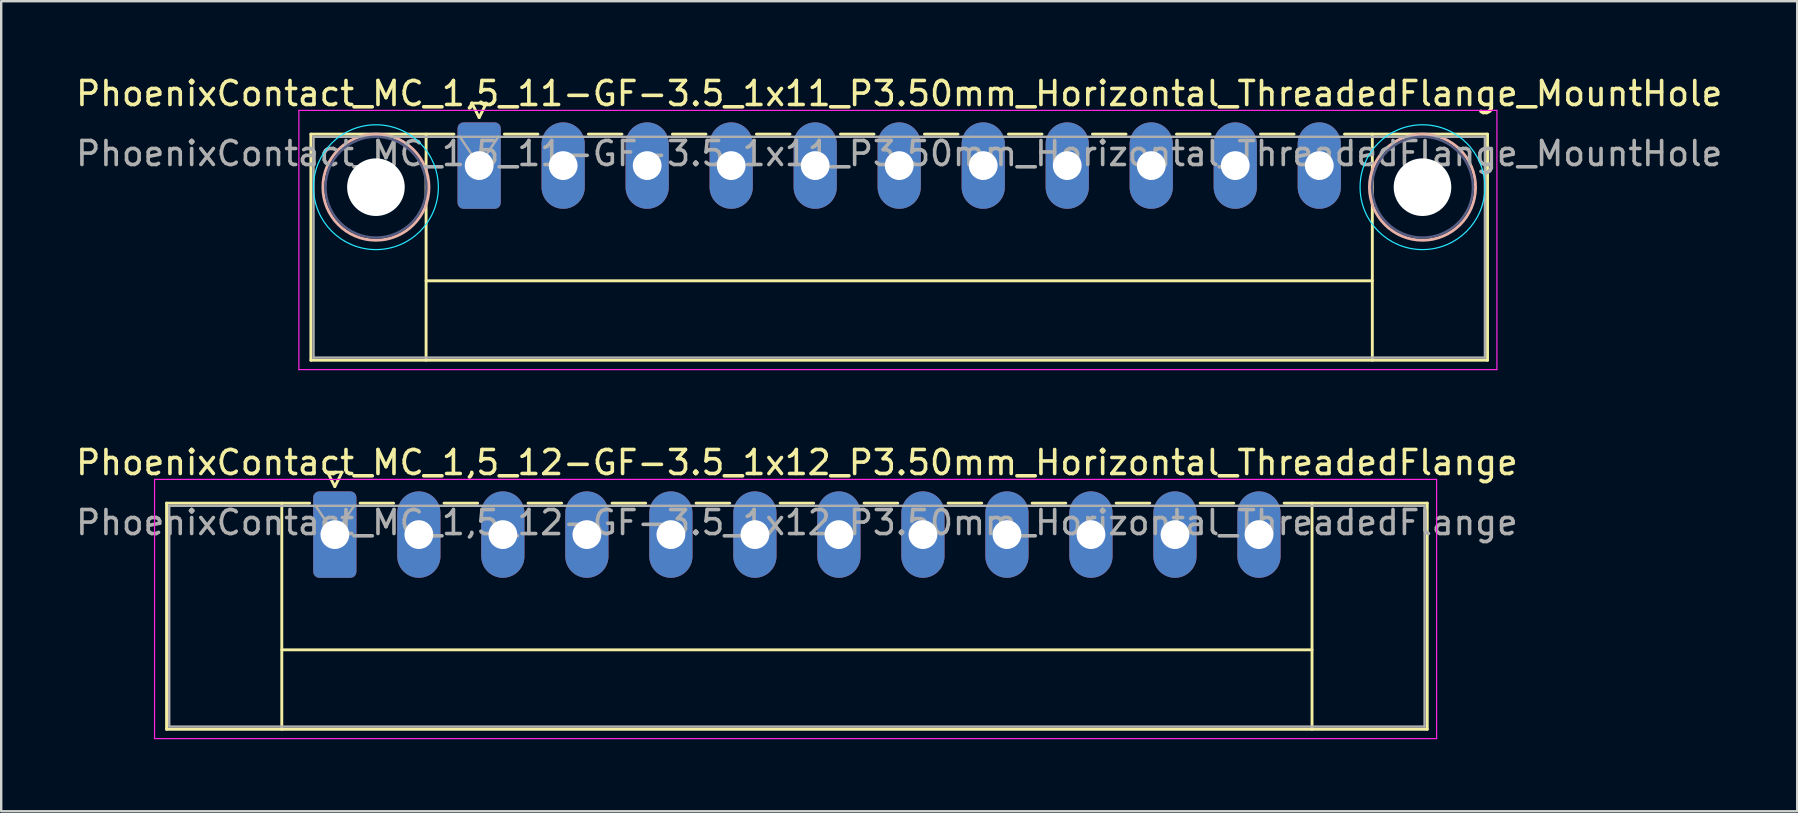
<source format=kicad_pcb>
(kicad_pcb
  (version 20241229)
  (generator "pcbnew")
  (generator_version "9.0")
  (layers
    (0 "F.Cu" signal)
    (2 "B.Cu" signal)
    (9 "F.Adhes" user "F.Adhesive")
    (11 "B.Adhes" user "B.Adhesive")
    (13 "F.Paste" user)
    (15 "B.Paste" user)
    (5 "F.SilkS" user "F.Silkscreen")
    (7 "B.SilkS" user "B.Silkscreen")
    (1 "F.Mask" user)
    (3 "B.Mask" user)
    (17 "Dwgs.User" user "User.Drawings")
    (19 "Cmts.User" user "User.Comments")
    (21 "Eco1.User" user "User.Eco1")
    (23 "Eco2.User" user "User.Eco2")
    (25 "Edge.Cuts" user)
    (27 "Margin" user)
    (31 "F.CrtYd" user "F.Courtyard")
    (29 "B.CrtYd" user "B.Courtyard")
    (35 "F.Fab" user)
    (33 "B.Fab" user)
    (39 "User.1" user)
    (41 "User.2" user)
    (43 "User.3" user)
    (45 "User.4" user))
  (footprint "PhoenixContact_MC_1,5_11-GF-3.5_1x11_P3.50mm_Horizontal_ThreadedFlange_MountHole"
    (layer "F.Cu")
    (at 16.911 3.848)
    (property "Reference" "PhoenixContact_MC_1,5_11-GF-3.5_1x11_P3.50mm_Horizontal_ThreadedFlange_MountHole" (at 17.5 -3 0) (layer "F.SilkS") (effects (font (size 1 1) (thickness 0.15))))
    (attr through_hole)
    (fp_line (start -7.01 -1.31) (end -7.01 8.11) (stroke (width 0.12) (type solid)) (layer "F.SilkS"))
    (fp_line (start -7.01 -1.31) (end -1.05 -1.31) (stroke (width 0.12) (type solid)) (layer "F.SilkS"))
    (fp_line (start -7.01 8.11) (end 42.01 8.11) (stroke (width 0.12) (type solid)) (layer "F.SilkS"))
    (fp_line (start -2.21 -1.31) (end -2.21 8.11) (stroke (width 0.12) (type solid)) (layer "F.SilkS"))
    (fp_line (start -2.21 4.8) (end 37.21 4.8) (stroke (width 0.12) (type solid)) (layer "F.SilkS"))
    (fp_line (start -0.3 -2.6) (end 0.3 -2.6) (stroke (width 0.12) (type solid)) (layer "F.SilkS"))
    (fp_line (start 0 -2) (end -0.3 -2.6) (stroke (width 0.12) (type solid)) (layer "F.SilkS"))
    (fp_line (start 0.3 -2.6) (end 0 -2) (stroke (width 0.12) (type solid)) (layer "F.SilkS"))
    (fp_line (start 1.05 -1.31) (end 2.45 -1.31) (stroke (width 0.12) (type solid)) (layer "F.SilkS"))
    (fp_line (start 4.55 -1.31) (end 5.95 -1.31) (stroke (width 0.12) (type solid)) (layer "F.SilkS"))
    (fp_line (start 8.05 -1.31) (end 9.45 -1.31) (stroke (width 0.12) (type solid)) (layer "F.SilkS"))
    (fp_line (start 11.55 -1.31) (end 12.95 -1.31) (stroke (width 0.12) (type solid)) (layer "F.SilkS"))
    (fp_line (start 15.05 -1.31) (end 16.45 -1.31) (stroke (width 0.12) (type solid)) (layer "F.SilkS"))
    (fp_line (start 18.55 -1.31) (end 19.95 -1.31) (stroke (width 0.12) (type solid)) (layer "F.SilkS"))
    (fp_line (start 22.05 -1.31) (end 23.45 -1.31) (stroke (width 0.12) (type solid)) (layer "F.SilkS"))
    (fp_line (start 25.55 -1.31) (end 26.95 -1.31) (stroke (width 0.12) (type solid)) (layer "F.SilkS"))
    (fp_line (start 29.05 -1.31) (end 30.45 -1.31) (stroke (width 0.12) (type solid)) (layer "F.SilkS"))
    (fp_line (start 32.55 -1.31) (end 33.95 -1.31) (stroke (width 0.12) (type solid)) (layer "F.SilkS"))
    (fp_line (start 37.21 -1.31) (end 37.21 8.11) (stroke (width 0.12) (type solid)) (layer "F.SilkS"))
    (fp_line (start 42.01 -1.31) (end 36.05 -1.31) (stroke (width 0.12) (type solid)) (layer "F.SilkS"))
    (fp_line (start 42.01 8.11) (end 42.01 -1.31) (stroke (width 0.12) (type solid)) (layer "F.SilkS"))
    (fp_circle (center -4.3 0.9) (end -2.09 0.9) (stroke (width 0.12) (type solid)) (fill no) (layer "B.SilkS"))
    (fp_circle (center 39.3 0.9) (end 41.51 0.9) (stroke (width 0.12) (type solid)) (fill no) (layer "B.SilkS"))
    (fp_circle (center -4.3 0.9) (end -1.7 0.9) (stroke (width 0.05) (type solid)) (fill no) (layer "B.CrtYd"))
    (fp_circle (center 39.3 0.9) (end 41.9 0.9) (stroke (width 0.05) (type solid)) (fill no) (layer "B.CrtYd"))
    (fp_line (start -7.51 -2.3) (end -7.51 8.5) (stroke (width 0.05) (type solid)) (layer "F.CrtYd"))
    (fp_line (start -7.51 8.5) (end 42.4 8.5) (stroke (width 0.05) (type solid)) (layer "F.CrtYd"))
    (fp_line (start 42.4 -2.3) (end -7.51 -2.3) (stroke (width 0.05) (type solid)) (layer "F.CrtYd"))
    (fp_line (start 42.4 8.5) (end 42.4 -2.3) (stroke (width 0.05) (type solid)) (layer "F.CrtYd"))
    (fp_circle (center -4.3 0.9) (end -2.2 0.9) (stroke (width 0.1) (type solid)) (fill no) (layer "B.Fab"))
    (fp_circle (center 39.3 0.9) (end 41.4 0.9) (stroke (width 0.1) (type solid)) (fill no) (layer "B.Fab"))
    (fp_line (start -6.9 -1.2) (end -6.9 8) (stroke (width 0.1) (type solid)) (layer "F.Fab"))
    (fp_line (start -6.9 8) (end 41.9 8) (stroke (width 0.1) (type solid)) (layer "F.Fab"))
    (fp_line (start 0 0) (end -0.8 -1.2) (stroke (width 0.1) (type solid)) (layer "F.Fab"))
    (fp_line (start 0.8 -1.2) (end 0 0) (stroke (width 0.1) (type solid)) (layer "F.Fab"))
    (fp_line (start 41.9 -1.2) (end -6.9 -1.2) (stroke (width 0.1) (type solid)) (layer "F.Fab"))
    (fp_line (start 41.9 8) (end 41.9 -1.2) (stroke (width 0.1) (type solid)) (layer "F.Fab"))
    (fp_text user "${REFERENCE}" (at 17.5 -0.5 0) (layer "F.Fab") (effects (font (size 1 1) (thickness 0.15))))
    (pad "" np_thru_hole circle (at -4.3 0.9) (size 2.4 2.4) (drill 2.4) (layers "*.Cu" "*.Mask"))
    (pad "" np_thru_hole circle (at 39.3 0.9) (size 2.4 2.4) (drill 2.4) (layers "*.Cu" "*.Mask"))
    (pad "1" thru_hole roundrect (at 0 0) (size 1.8 3.6) (drill 1.2) (layers "*.Cu" "*.Mask") (roundrect_rratio 0.139))
    (pad "2" thru_hole oval (at 3.5 0) (size 1.8 3.6) (drill 1.2) (layers "*.Cu" "*.Mask"))
    (pad "3" thru_hole oval (at 7 0) (size 1.8 3.6) (drill 1.2) (layers "*.Cu" "*.Mask"))
    (pad "4" thru_hole oval (at 10.5 0) (size 1.8 3.6) (drill 1.2) (layers "*.Cu" "*.Mask"))
    (pad "5" thru_hole oval (at 14 0) (size 1.8 3.6) (drill 1.2) (layers "*.Cu" "*.Mask"))
    (pad "6" thru_hole oval (at 17.5 0) (size 1.8 3.6) (drill 1.2) (layers "*.Cu" "*.Mask"))
    (pad "7" thru_hole oval (at 21 0) (size 1.8 3.6) (drill 1.2) (layers "*.Cu" "*.Mask"))
    (pad "8" thru_hole oval (at 24.5 0) (size 1.8 3.6) (drill 1.2) (layers "*.Cu" "*.Mask"))
    (pad "9" thru_hole oval (at 28 0) (size 1.8 3.6) (drill 1.2) (layers "*.Cu" "*.Mask"))
    (pad "10" thru_hole oval (at 31.5 0) (size 1.8 3.6) (drill 1.2) (layers "*.Cu" "*.Mask"))
    (pad "11" thru_hole oval (at 35 0) (size 1.8 3.6) (drill 1.2) (layers "*.Cu" "*.Mask")))
  (footprint "PhoenixContact_MC_1,5_12-GF-3.5_1x12_P3.50mm_Horizontal_ThreadedFlange"
    (layer "F.Cu")
    (at 10.899 19.221)
    (property "Reference" "PhoenixContact_MC_1,5_12-GF-3.5_1x12_P3.50mm_Horizontal_ThreadedFlange" (at 19.25 -3 0) (layer "F.SilkS") (effects (font (size 1 1) (thickness 0.15))))
    (attr through_hole)
    (fp_line (start -7.01 -1.31) (end -7.01 8.11) (stroke (width 0.12) (type solid)) (layer "F.SilkS"))
    (fp_line (start -7.01 -1.31) (end -1.05 -1.31) (stroke (width 0.12) (type solid)) (layer "F.SilkS"))
    (fp_line (start -7.01 8.11) (end 45.51 8.11) (stroke (width 0.12) (type solid)) (layer "F.SilkS"))
    (fp_line (start -2.21 -1.31) (end -2.21 8.11) (stroke (width 0.12) (type solid)) (layer "F.SilkS"))
    (fp_line (start -2.21 4.8) (end 40.71 4.8) (stroke (width 0.12) (type solid)) (layer "F.SilkS"))
    (fp_line (start -0.3 -2.6) (end 0.3 -2.6) (stroke (width 0.12) (type solid)) (layer "F.SilkS"))
    (fp_line (start 0 -2) (end -0.3 -2.6) (stroke (width 0.12) (type solid)) (layer "F.SilkS"))
    (fp_line (start 0.3 -2.6) (end 0 -2) (stroke (width 0.12) (type solid)) (layer "F.SilkS"))
    (fp_line (start 1.05 -1.31) (end 2.45 -1.31) (stroke (width 0.12) (type solid)) (layer "F.SilkS"))
    (fp_line (start 4.55 -1.31) (end 5.95 -1.31) (stroke (width 0.12) (type solid)) (layer "F.SilkS"))
    (fp_line (start 8.05 -1.31) (end 9.45 -1.31) (stroke (width 0.12) (type solid)) (layer "F.SilkS"))
    (fp_line (start 11.55 -1.31) (end 12.95 -1.31) (stroke (width 0.12) (type solid)) (layer "F.SilkS"))
    (fp_line (start 15.05 -1.31) (end 16.45 -1.31) (stroke (width 0.12) (type solid)) (layer "F.SilkS"))
    (fp_line (start 18.55 -1.31) (end 19.95 -1.31) (stroke (width 0.12) (type solid)) (layer "F.SilkS"))
    (fp_line (start 22.05 -1.31) (end 23.45 -1.31) (stroke (width 0.12) (type solid)) (layer "F.SilkS"))
    (fp_line (start 25.55 -1.31) (end 26.95 -1.31) (stroke (width 0.12) (type solid)) (layer "F.SilkS"))
    (fp_line (start 29.05 -1.31) (end 30.45 -1.31) (stroke (width 0.12) (type solid)) (layer "F.SilkS"))
    (fp_line (start 32.55 -1.31) (end 33.95 -1.31) (stroke (width 0.12) (type solid)) (layer "F.SilkS"))
    (fp_line (start 36.05 -1.31) (end 37.45 -1.31) (stroke (width 0.12) (type solid)) (layer "F.SilkS"))
    (fp_line (start 40.71 -1.31) (end 40.71 8.11) (stroke (width 0.12) (type solid)) (layer "F.SilkS"))
    (fp_line (start 45.51 -1.31) (end 39.55 -1.31) (stroke (width 0.12) (type solid)) (layer "F.SilkS"))
    (fp_line (start 45.51 8.11) (end 45.51 -1.31) (stroke (width 0.12) (type solid)) (layer "F.SilkS"))
    (fp_line (start -7.51 -2.3) (end -7.51 8.5) (stroke (width 0.05) (type solid)) (layer "F.CrtYd"))
    (fp_line (start -7.51 8.5) (end 45.9 8.5) (stroke (width 0.05) (type solid)) (layer "F.CrtYd"))
    (fp_line (start 45.9 -2.3) (end -7.51 -2.3) (stroke (width 0.05) (type solid)) (layer "F.CrtYd"))
    (fp_line (start 45.9 8.5) (end 45.9 -2.3) (stroke (width 0.05) (type solid)) (layer "F.CrtYd"))
    (fp_line (start -6.9 -1.2) (end -6.9 8) (stroke (width 0.1) (type solid)) (layer "F.Fab"))
    (fp_line (start -6.9 8) (end 45.4 8) (stroke (width 0.1) (type solid)) (layer "F.Fab"))
    (fp_line (start 0 0) (end -0.8 -1.2) (stroke (width 0.1) (type solid)) (layer "F.Fab"))
    (fp_line (start 0.8 -1.2) (end 0 0) (stroke (width 0.1) (type solid)) (layer "F.Fab"))
    (fp_line (start 45.4 -1.2) (end -6.9 -1.2) (stroke (width 0.1) (type solid)) (layer "F.Fab"))
    (fp_line (start 45.4 8) (end 45.4 -1.2) (stroke (width 0.1) (type solid)) (layer "F.Fab"))
    (fp_text user "${REFERENCE}" (at 19.25 -0.5 0) (layer "F.Fab") (effects (font (size 1 1) (thickness 0.15))))
    (pad "1" thru_hole roundrect (at 0 0) (size 1.8 3.6) (drill 1.2) (layers "*.Cu" "*.Mask") (roundrect_rratio 0.139))
    (pad "2" thru_hole oval (at 3.5 0) (size 1.8 3.6) (drill 1.2) (layers "*.Cu" "*.Mask"))
    (pad "3" thru_hole oval (at 7 0) (size 1.8 3.6) (drill 1.2) (layers "*.Cu" "*.Mask"))
    (pad "4" thru_hole oval (at 10.5 0) (size 1.8 3.6) (drill 1.2) (layers "*.Cu" "*.Mask"))
    (pad "5" thru_hole oval (at 14 0) (size 1.8 3.6) (drill 1.2) (layers "*.Cu" "*.Mask"))
    (pad "6" thru_hole oval (at 17.5 0) (size 1.8 3.6) (drill 1.2) (layers "*.Cu" "*.Mask"))
    (pad "7" thru_hole oval (at 21 0) (size 1.8 3.6) (drill 1.2) (layers "*.Cu" "*.Mask"))
    (pad "8" thru_hole oval (at 24.5 0) (size 1.8 3.6) (drill 1.2) (layers "*.Cu" "*.Mask"))
    (pad "9" thru_hole oval (at 28 0) (size 1.8 3.6) (drill 1.2) (layers "*.Cu" "*.Mask"))
    (pad "10" thru_hole oval (at 31.5 0) (size 1.8 3.6) (drill 1.2) (layers "*.Cu" "*.Mask"))
    (pad "11" thru_hole oval (at 35 0) (size 1.8 3.6) (drill 1.2) (layers "*.Cu" "*.Mask"))
    (pad "12" thru_hole oval (at 38.5 0) (size 1.8 3.6) (drill 1.2) (layers "*.Cu" "*.Mask")))
  (gr_rect
    (start -3 -3)
    (end 71.821 30.747)
    (stroke (width 0.1) (type default))
    (fill no)
    (layer "Edge.Cuts")))
</source>
